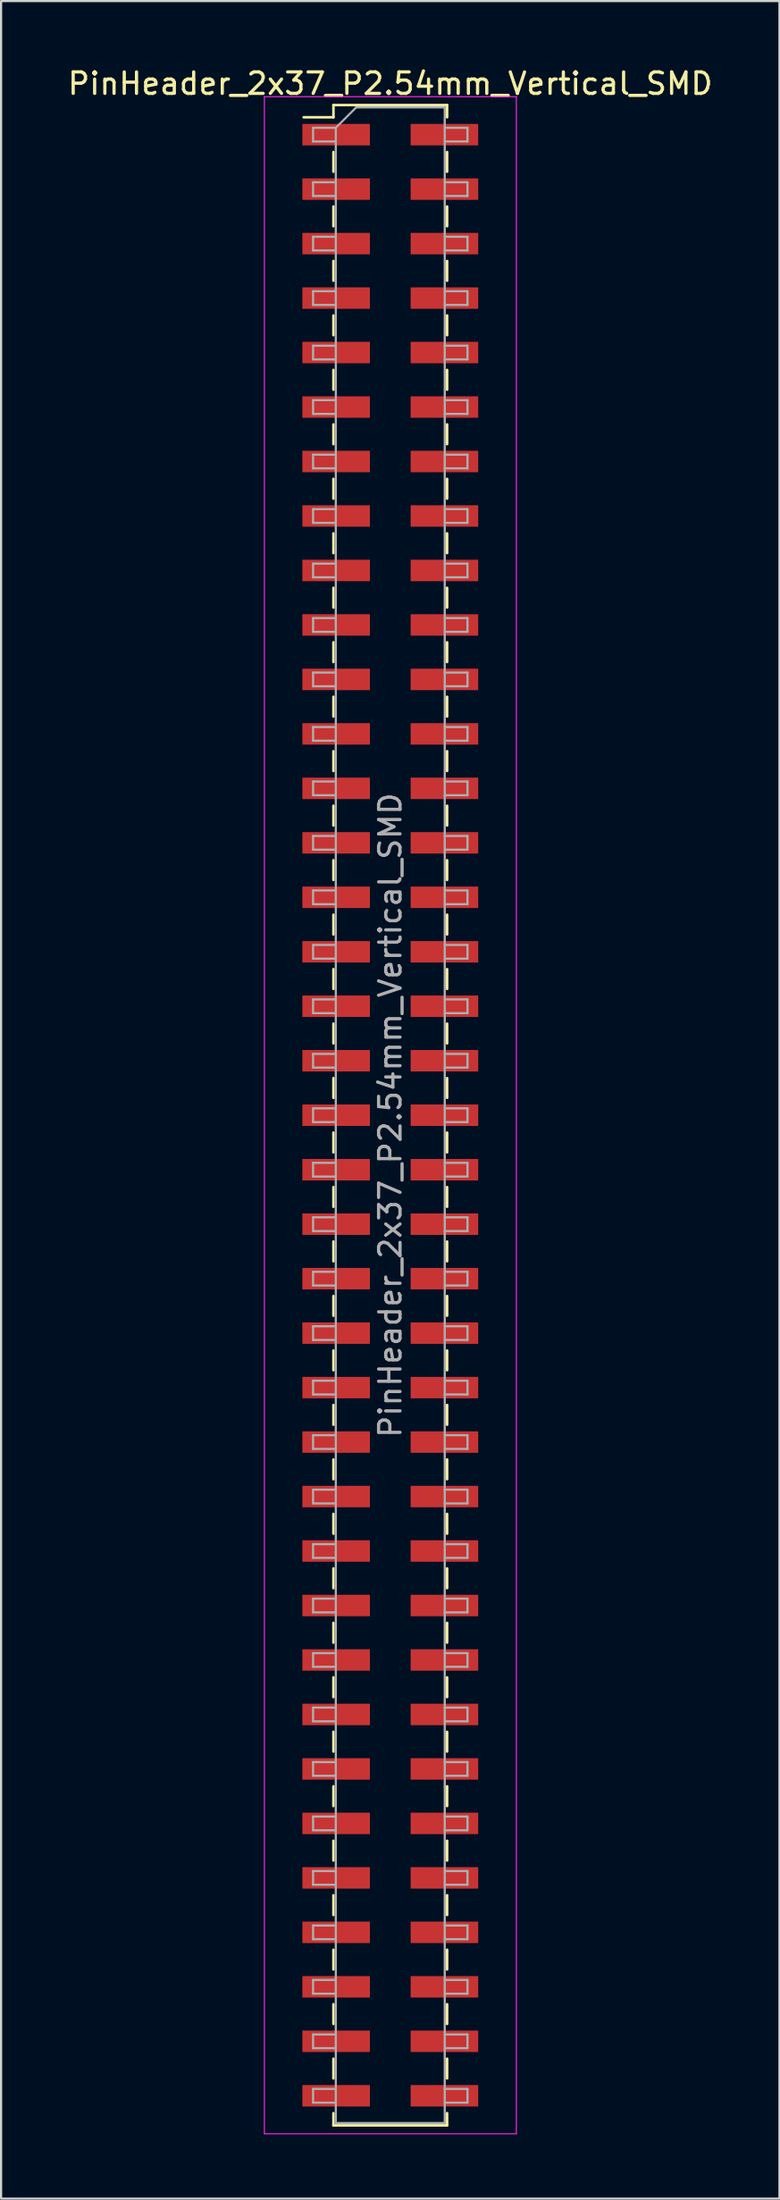
<source format=kicad_pcb>
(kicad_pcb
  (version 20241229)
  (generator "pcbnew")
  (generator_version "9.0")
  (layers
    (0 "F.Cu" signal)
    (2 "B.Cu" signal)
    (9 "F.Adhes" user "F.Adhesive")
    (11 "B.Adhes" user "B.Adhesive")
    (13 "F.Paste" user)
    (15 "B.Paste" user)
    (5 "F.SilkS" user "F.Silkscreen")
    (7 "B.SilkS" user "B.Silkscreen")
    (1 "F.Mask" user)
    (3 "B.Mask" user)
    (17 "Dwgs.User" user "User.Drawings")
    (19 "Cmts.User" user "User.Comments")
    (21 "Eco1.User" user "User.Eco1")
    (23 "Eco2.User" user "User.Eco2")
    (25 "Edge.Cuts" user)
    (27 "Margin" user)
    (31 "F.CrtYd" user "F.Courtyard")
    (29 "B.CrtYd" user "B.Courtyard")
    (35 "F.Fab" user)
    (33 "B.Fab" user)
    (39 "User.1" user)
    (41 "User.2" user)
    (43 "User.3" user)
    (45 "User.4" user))
  (footprint "PinHeader_2x37_P2.54mm_Vertical_SMD"
    (layer "F.Cu")
    (at 15.149 48.948)
    (property "Reference" "PinHeader_2x37_P2.54mm_Vertical_SMD" (at 0 -48.1 0) (layer "F.SilkS") (effects (font (size 1 1) (thickness 0.15))))
    (attr smd)
    (fp_line (start -4.04 -46.53) (end -2.65 -46.53) (stroke (width 0.12) (type solid)) (layer "F.SilkS"))
    (fp_line (start -2.65 -47.1) (end -2.65 -46.53) (stroke (width 0.12) (type solid)) (layer "F.SilkS"))
    (fp_line (start -2.65 -47.1) (end 2.65 -47.1) (stroke (width 0.12) (type solid)) (layer "F.SilkS"))
    (fp_line (start -2.65 -44.91) (end -2.65 -43.99) (stroke (width 0.12) (type solid)) (layer "F.SilkS"))
    (fp_line (start -2.65 -42.37) (end -2.65 -41.45) (stroke (width 0.12) (type solid)) (layer "F.SilkS"))
    (fp_line (start -2.65 -39.83) (end -2.65 -38.91) (stroke (width 0.12) (type solid)) (layer "F.SilkS"))
    (fp_line (start -2.65 -37.29) (end -2.65 -36.37) (stroke (width 0.12) (type solid)) (layer "F.SilkS"))
    (fp_line (start -2.65 -34.75) (end -2.65 -33.83) (stroke (width 0.12) (type solid)) (layer "F.SilkS"))
    (fp_line (start -2.65 -32.21) (end -2.65 -31.29) (stroke (width 0.12) (type solid)) (layer "F.SilkS"))
    (fp_line (start -2.65 -29.67) (end -2.65 -28.75) (stroke (width 0.12) (type solid)) (layer "F.SilkS"))
    (fp_line (start -2.65 -27.13) (end -2.65 -26.21) (stroke (width 0.12) (type solid)) (layer "F.SilkS"))
    (fp_line (start -2.65 -24.59) (end -2.65 -23.67) (stroke (width 0.12) (type solid)) (layer "F.SilkS"))
    (fp_line (start -2.65 -22.05) (end -2.65 -21.13) (stroke (width 0.12) (type solid)) (layer "F.SilkS"))
    (fp_line (start -2.65 -19.51) (end -2.65 -18.59) (stroke (width 0.12) (type solid)) (layer "F.SilkS"))
    (fp_line (start -2.65 -16.97) (end -2.65 -16.05) (stroke (width 0.12) (type solid)) (layer "F.SilkS"))
    (fp_line (start -2.65 -14.43) (end -2.65 -13.51) (stroke (width 0.12) (type solid)) (layer "F.SilkS"))
    (fp_line (start -2.65 -11.89) (end -2.65 -10.97) (stroke (width 0.12) (type solid)) (layer "F.SilkS"))
    (fp_line (start -2.65 -9.35) (end -2.65 -8.43) (stroke (width 0.12) (type solid)) (layer "F.SilkS"))
    (fp_line (start -2.65 -6.81) (end -2.65 -5.89) (stroke (width 0.12) (type solid)) (layer "F.SilkS"))
    (fp_line (start -2.65 -4.27) (end -2.65 -3.35) (stroke (width 0.12) (type solid)) (layer "F.SilkS"))
    (fp_line (start -2.65 -1.73) (end -2.65 -0.81) (stroke (width 0.12) (type solid)) (layer "F.SilkS"))
    (fp_line (start -2.65 0.81) (end -2.65 1.73) (stroke (width 0.12) (type solid)) (layer "F.SilkS"))
    (fp_line (start -2.65 3.35) (end -2.65 4.27) (stroke (width 0.12) (type solid)) (layer "F.SilkS"))
    (fp_line (start -2.65 5.89) (end -2.65 6.81) (stroke (width 0.12) (type solid)) (layer "F.SilkS"))
    (fp_line (start -2.65 8.43) (end -2.65 9.35) (stroke (width 0.12) (type solid)) (layer "F.SilkS"))
    (fp_line (start -2.65 10.97) (end -2.65 11.89) (stroke (width 0.12) (type solid)) (layer "F.SilkS"))
    (fp_line (start -2.65 13.51) (end -2.65 14.43) (stroke (width 0.12) (type solid)) (layer "F.SilkS"))
    (fp_line (start -2.65 16.05) (end -2.65 16.97) (stroke (width 0.12) (type solid)) (layer "F.SilkS"))
    (fp_line (start -2.65 18.59) (end -2.65 19.51) (stroke (width 0.12) (type solid)) (layer "F.SilkS"))
    (fp_line (start -2.65 21.13) (end -2.65 22.05) (stroke (width 0.12) (type solid)) (layer "F.SilkS"))
    (fp_line (start -2.65 23.67) (end -2.65 24.59) (stroke (width 0.12) (type solid)) (layer "F.SilkS"))
    (fp_line (start -2.65 26.21) (end -2.65 27.13) (stroke (width 0.12) (type solid)) (layer "F.SilkS"))
    (fp_line (start -2.65 28.75) (end -2.65 29.67) (stroke (width 0.12) (type solid)) (layer "F.SilkS"))
    (fp_line (start -2.65 31.29) (end -2.65 32.21) (stroke (width 0.12) (type solid)) (layer "F.SilkS"))
    (fp_line (start -2.65 33.83) (end -2.65 34.75) (stroke (width 0.12) (type solid)) (layer "F.SilkS"))
    (fp_line (start -2.65 36.37) (end -2.65 37.29) (stroke (width 0.12) (type solid)) (layer "F.SilkS"))
    (fp_line (start -2.65 38.91) (end -2.65 39.83) (stroke (width 0.12) (type solid)) (layer "F.SilkS"))
    (fp_line (start -2.65 41.45) (end -2.65 42.37) (stroke (width 0.12) (type solid)) (layer "F.SilkS"))
    (fp_line (start -2.65 43.99) (end -2.65 44.91) (stroke (width 0.12) (type solid)) (layer "F.SilkS"))
    (fp_line (start -2.65 46.53) (end -2.65 47.1) (stroke (width 0.12) (type solid)) (layer "F.SilkS"))
    (fp_line (start -2.65 47.1) (end 2.65 47.1) (stroke (width 0.12) (type solid)) (layer "F.SilkS"))
    (fp_line (start 2.65 -47.1) (end 2.65 -46.53) (stroke (width 0.12) (type solid)) (layer "F.SilkS"))
    (fp_line (start 2.65 -44.91) (end 2.65 -43.99) (stroke (width 0.12) (type solid)) (layer "F.SilkS"))
    (fp_line (start 2.65 -42.37) (end 2.65 -41.45) (stroke (width 0.12) (type solid)) (layer "F.SilkS"))
    (fp_line (start 2.65 -39.83) (end 2.65 -38.91) (stroke (width 0.12) (type solid)) (layer "F.SilkS"))
    (fp_line (start 2.65 -37.29) (end 2.65 -36.37) (stroke (width 0.12) (type solid)) (layer "F.SilkS"))
    (fp_line (start 2.65 -34.75) (end 2.65 -33.83) (stroke (width 0.12) (type solid)) (layer "F.SilkS"))
    (fp_line (start 2.65 -32.21) (end 2.65 -31.29) (stroke (width 0.12) (type solid)) (layer "F.SilkS"))
    (fp_line (start 2.65 -29.67) (end 2.65 -28.75) (stroke (width 0.12) (type solid)) (layer "F.SilkS"))
    (fp_line (start 2.65 -27.13) (end 2.65 -26.21) (stroke (width 0.12) (type solid)) (layer "F.SilkS"))
    (fp_line (start 2.65 -24.59) (end 2.65 -23.67) (stroke (width 0.12) (type solid)) (layer "F.SilkS"))
    (fp_line (start 2.65 -22.05) (end 2.65 -21.13) (stroke (width 0.12) (type solid)) (layer "F.SilkS"))
    (fp_line (start 2.65 -19.51) (end 2.65 -18.59) (stroke (width 0.12) (type solid)) (layer "F.SilkS"))
    (fp_line (start 2.65 -16.97) (end 2.65 -16.05) (stroke (width 0.12) (type solid)) (layer "F.SilkS"))
    (fp_line (start 2.65 -14.43) (end 2.65 -13.51) (stroke (width 0.12) (type solid)) (layer "F.SilkS"))
    (fp_line (start 2.65 -11.89) (end 2.65 -10.97) (stroke (width 0.12) (type solid)) (layer "F.SilkS"))
    (fp_line (start 2.65 -9.35) (end 2.65 -8.43) (stroke (width 0.12) (type solid)) (layer "F.SilkS"))
    (fp_line (start 2.65 -6.81) (end 2.65 -5.89) (stroke (width 0.12) (type solid)) (layer "F.SilkS"))
    (fp_line (start 2.65 -4.27) (end 2.65 -3.35) (stroke (width 0.12) (type solid)) (layer "F.SilkS"))
    (fp_line (start 2.65 -1.73) (end 2.65 -0.81) (stroke (width 0.12) (type solid)) (layer "F.SilkS"))
    (fp_line (start 2.65 0.81) (end 2.65 1.73) (stroke (width 0.12) (type solid)) (layer "F.SilkS"))
    (fp_line (start 2.65 3.35) (end 2.65 4.27) (stroke (width 0.12) (type solid)) (layer "F.SilkS"))
    (fp_line (start 2.65 5.89) (end 2.65 6.81) (stroke (width 0.12) (type solid)) (layer "F.SilkS"))
    (fp_line (start 2.65 8.43) (end 2.65 9.35) (stroke (width 0.12) (type solid)) (layer "F.SilkS"))
    (fp_line (start 2.65 10.97) (end 2.65 11.89) (stroke (width 0.12) (type solid)) (layer "F.SilkS"))
    (fp_line (start 2.65 13.51) (end 2.65 14.43) (stroke (width 0.12) (type solid)) (layer "F.SilkS"))
    (fp_line (start 2.65 16.05) (end 2.65 16.97) (stroke (width 0.12) (type solid)) (layer "F.SilkS"))
    (fp_line (start 2.65 18.59) (end 2.65 19.51) (stroke (width 0.12) (type solid)) (layer "F.SilkS"))
    (fp_line (start 2.65 21.13) (end 2.65 22.05) (stroke (width 0.12) (type solid)) (layer "F.SilkS"))
    (fp_line (start 2.65 23.67) (end 2.65 24.59) (stroke (width 0.12) (type solid)) (layer "F.SilkS"))
    (fp_line (start 2.65 26.21) (end 2.65 27.13) (stroke (width 0.12) (type solid)) (layer "F.SilkS"))
    (fp_line (start 2.65 28.75) (end 2.65 29.67) (stroke (width 0.12) (type solid)) (layer "F.SilkS"))
    (fp_line (start 2.65 31.29) (end 2.65 32.21) (stroke (width 0.12) (type solid)) (layer "F.SilkS"))
    (fp_line (start 2.65 33.83) (end 2.65 34.75) (stroke (width 0.12) (type solid)) (layer "F.SilkS"))
    (fp_line (start 2.65 36.37) (end 2.65 37.29) (stroke (width 0.12) (type solid)) (layer "F.SilkS"))
    (fp_line (start 2.65 38.91) (end 2.65 39.83) (stroke (width 0.12) (type solid)) (layer "F.SilkS"))
    (fp_line (start 2.65 41.45) (end 2.65 42.37) (stroke (width 0.12) (type solid)) (layer "F.SilkS"))
    (fp_line (start 2.65 43.99) (end 2.65 44.91) (stroke (width 0.12) (type solid)) (layer "F.SilkS"))
    (fp_line (start 2.65 46.53) (end 2.65 47.1) (stroke (width 0.12) (type solid)) (layer "F.SilkS"))
    (fp_line (start -5.87 -47.49) (end -5.87 47.49) (stroke (width 0.05) (type solid)) (layer "F.CrtYd"))
    (fp_line (start -5.87 47.49) (end 5.88 47.49) (stroke (width 0.05) (type solid)) (layer "F.CrtYd"))
    (fp_line (start 5.88 -47.49) (end -5.87 -47.49) (stroke (width 0.05) (type solid)) (layer "F.CrtYd"))
    (fp_line (start 5.88 47.49) (end 5.88 -47.49) (stroke (width 0.05) (type solid)) (layer "F.CrtYd"))
    (fp_line (start -3.6 -46.04) (end -3.6 -45.4) (stroke (width 0.1) (type solid)) (layer "F.Fab"))
    (fp_line (start -3.6 -45.4) (end -2.54 -45.4) (stroke (width 0.1) (type solid)) (layer "F.Fab"))
    (fp_line (start -3.6 -43.5) (end -3.6 -42.86) (stroke (width 0.1) (type solid)) (layer "F.Fab"))
    (fp_line (start -3.6 -42.86) (end -2.54 -42.86) (stroke (width 0.1) (type solid)) (layer "F.Fab"))
    (fp_line (start -3.6 -40.96) (end -3.6 -40.32) (stroke (width 0.1) (type solid)) (layer "F.Fab"))
    (fp_line (start -3.6 -40.32) (end -2.54 -40.32) (stroke (width 0.1) (type solid)) (layer "F.Fab"))
    (fp_line (start -3.6 -38.42) (end -3.6 -37.78) (stroke (width 0.1) (type solid)) (layer "F.Fab"))
    (fp_line (start -3.6 -37.78) (end -2.54 -37.78) (stroke (width 0.1) (type solid)) (layer "F.Fab"))
    (fp_line (start -3.6 -35.88) (end -3.6 -35.24) (stroke (width 0.1) (type solid)) (layer "F.Fab"))
    (fp_line (start -3.6 -35.24) (end -2.54 -35.24) (stroke (width 0.1) (type solid)) (layer "F.Fab"))
    (fp_line (start -3.6 -33.34) (end -3.6 -32.7) (stroke (width 0.1) (type solid)) (layer "F.Fab"))
    (fp_line (start -3.6 -32.7) (end -2.54 -32.7) (stroke (width 0.1) (type solid)) (layer "F.Fab"))
    (fp_line (start -3.6 -30.8) (end -3.6 -30.16) (stroke (width 0.1) (type solid)) (layer "F.Fab"))
    (fp_line (start -3.6 -30.16) (end -2.54 -30.16) (stroke (width 0.1) (type solid)) (layer "F.Fab"))
    (fp_line (start -3.6 -28.26) (end -3.6 -27.62) (stroke (width 0.1) (type solid)) (layer "F.Fab"))
    (fp_line (start -3.6 -27.62) (end -2.54 -27.62) (stroke (width 0.1) (type solid)) (layer "F.Fab"))
    (fp_line (start -3.6 -25.72) (end -3.6 -25.08) (stroke (width 0.1) (type solid)) (layer "F.Fab"))
    (fp_line (start -3.6 -25.08) (end -2.54 -25.08) (stroke (width 0.1) (type solid)) (layer "F.Fab"))
    (fp_line (start -3.6 -23.18) (end -3.6 -22.54) (stroke (width 0.1) (type solid)) (layer "F.Fab"))
    (fp_line (start -3.6 -22.54) (end -2.54 -22.54) (stroke (width 0.1) (type solid)) (layer "F.Fab"))
    (fp_line (start -3.6 -20.64) (end -3.6 -20) (stroke (width 0.1) (type solid)) (layer "F.Fab"))
    (fp_line (start -3.6 -20) (end -2.54 -20) (stroke (width 0.1) (type solid)) (layer "F.Fab"))
    (fp_line (start -3.6 -18.1) (end -3.6 -17.46) (stroke (width 0.1) (type solid)) (layer "F.Fab"))
    (fp_line (start -3.6 -17.46) (end -2.54 -17.46) (stroke (width 0.1) (type solid)) (layer "F.Fab"))
    (fp_line (start -3.6 -15.56) (end -3.6 -14.92) (stroke (width 0.1) (type solid)) (layer "F.Fab"))
    (fp_line (start -3.6 -14.92) (end -2.54 -14.92) (stroke (width 0.1) (type solid)) (layer "F.Fab"))
    (fp_line (start -3.6 -13.02) (end -3.6 -12.38) (stroke (width 0.1) (type solid)) (layer "F.Fab"))
    (fp_line (start -3.6 -12.38) (end -2.54 -12.38) (stroke (width 0.1) (type solid)) (layer "F.Fab"))
    (fp_line (start -3.6 -10.48) (end -3.6 -9.84) (stroke (width 0.1) (type solid)) (layer "F.Fab"))
    (fp_line (start -3.6 -9.84) (end -2.54 -9.84) (stroke (width 0.1) (type solid)) (layer "F.Fab"))
    (fp_line (start -3.6 -7.94) (end -3.6 -7.3) (stroke (width 0.1) (type solid)) (layer "F.Fab"))
    (fp_line (start -3.6 -7.3) (end -2.54 -7.3) (stroke (width 0.1) (type solid)) (layer "F.Fab"))
    (fp_line (start -3.6 -5.4) (end -3.6 -4.76) (stroke (width 0.1) (type solid)) (layer "F.Fab"))
    (fp_line (start -3.6 -4.76) (end -2.54 -4.76) (stroke (width 0.1) (type solid)) (layer "F.Fab"))
    (fp_line (start -3.6 -2.86) (end -3.6 -2.22) (stroke (width 0.1) (type solid)) (layer "F.Fab"))
    (fp_line (start -3.6 -2.22) (end -2.54 -2.22) (stroke (width 0.1) (type solid)) (layer "F.Fab"))
    (fp_line (start -3.6 -0.32) (end -3.6 0.32) (stroke (width 0.1) (type solid)) (layer "F.Fab"))
    (fp_line (start -3.6 0.32) (end -2.54 0.32) (stroke (width 0.1) (type solid)) (layer "F.Fab"))
    (fp_line (start -3.6 2.22) (end -3.6 2.86) (stroke (width 0.1) (type solid)) (layer "F.Fab"))
    (fp_line (start -3.6 2.86) (end -2.54 2.86) (stroke (width 0.1) (type solid)) (layer "F.Fab"))
    (fp_line (start -3.6 4.76) (end -3.6 5.4) (stroke (width 0.1) (type solid)) (layer "F.Fab"))
    (fp_line (start -3.6 5.4) (end -2.54 5.4) (stroke (width 0.1) (type solid)) (layer "F.Fab"))
    (fp_line (start -3.6 7.3) (end -3.6 7.94) (stroke (width 0.1) (type solid)) (layer "F.Fab"))
    (fp_line (start -3.6 7.94) (end -2.54 7.94) (stroke (width 0.1) (type solid)) (layer "F.Fab"))
    (fp_line (start -3.6 9.84) (end -3.6 10.48) (stroke (width 0.1) (type solid)) (layer "F.Fab"))
    (fp_line (start -3.6 10.48) (end -2.54 10.48) (stroke (width 0.1) (type solid)) (layer "F.Fab"))
    (fp_line (start -3.6 12.38) (end -3.6 13.02) (stroke (width 0.1) (type solid)) (layer "F.Fab"))
    (fp_line (start -3.6 13.02) (end -2.54 13.02) (stroke (width 0.1) (type solid)) (layer "F.Fab"))
    (fp_line (start -3.6 14.92) (end -3.6 15.56) (stroke (width 0.1) (type solid)) (layer "F.Fab"))
    (fp_line (start -3.6 15.56) (end -2.54 15.56) (stroke (width 0.1) (type solid)) (layer "F.Fab"))
    (fp_line (start -3.6 17.46) (end -3.6 18.1) (stroke (width 0.1) (type solid)) (layer "F.Fab"))
    (fp_line (start -3.6 18.1) (end -2.54 18.1) (stroke (width 0.1) (type solid)) (layer "F.Fab"))
    (fp_line (start -3.6 20) (end -3.6 20.64) (stroke (width 0.1) (type solid)) (layer "F.Fab"))
    (fp_line (start -3.6 20.64) (end -2.54 20.64) (stroke (width 0.1) (type solid)) (layer "F.Fab"))
    (fp_line (start -3.6 22.54) (end -3.6 23.18) (stroke (width 0.1) (type solid)) (layer "F.Fab"))
    (fp_line (start -3.6 23.18) (end -2.54 23.18) (stroke (width 0.1) (type solid)) (layer "F.Fab"))
    (fp_line (start -3.6 25.08) (end -3.6 25.72) (stroke (width 0.1) (type solid)) (layer "F.Fab"))
    (fp_line (start -3.6 25.72) (end -2.54 25.72) (stroke (width 0.1) (type solid)) (layer "F.Fab"))
    (fp_line (start -3.6 27.62) (end -3.6 28.26) (stroke (width 0.1) (type solid)) (layer "F.Fab"))
    (fp_line (start -3.6 28.26) (end -2.54 28.26) (stroke (width 0.1) (type solid)) (layer "F.Fab"))
    (fp_line (start -3.6 30.16) (end -3.6 30.8) (stroke (width 0.1) (type solid)) (layer "F.Fab"))
    (fp_line (start -3.6 30.8) (end -2.54 30.8) (stroke (width 0.1) (type solid)) (layer "F.Fab"))
    (fp_line (start -3.6 32.7) (end -3.6 33.34) (stroke (width 0.1) (type solid)) (layer "F.Fab"))
    (fp_line (start -3.6 33.34) (end -2.54 33.34) (stroke (width 0.1) (type solid)) (layer "F.Fab"))
    (fp_line (start -3.6 35.24) (end -3.6 35.88) (stroke (width 0.1) (type solid)) (layer "F.Fab"))
    (fp_line (start -3.6 35.88) (end -2.54 35.88) (stroke (width 0.1) (type solid)) (layer "F.Fab"))
    (fp_line (start -3.6 37.78) (end -3.6 38.42) (stroke (width 0.1) (type solid)) (layer "F.Fab"))
    (fp_line (start -3.6 38.42) (end -2.54 38.42) (stroke (width 0.1) (type solid)) (layer "F.Fab"))
    (fp_line (start -3.6 40.32) (end -3.6 40.96) (stroke (width 0.1) (type solid)) (layer "F.Fab"))
    (fp_line (start -3.6 40.96) (end -2.54 40.96) (stroke (width 0.1) (type solid)) (layer "F.Fab"))
    (fp_line (start -3.6 42.86) (end -3.6 43.5) (stroke (width 0.1) (type solid)) (layer "F.Fab"))
    (fp_line (start -3.6 43.5) (end -2.54 43.5) (stroke (width 0.1) (type solid)) (layer "F.Fab"))
    (fp_line (start -3.6 45.4) (end -3.6 46.04) (stroke (width 0.1) (type solid)) (layer "F.Fab"))
    (fp_line (start -3.6 46.04) (end -2.54 46.04) (stroke (width 0.1) (type solid)) (layer "F.Fab"))
    (fp_line (start -2.54 -46.04) (end -3.6 -46.04) (stroke (width 0.1) (type solid)) (layer "F.Fab"))
    (fp_line (start -2.54 -46.04) (end -1.59 -46.99) (stroke (width 0.1) (type solid)) (layer "F.Fab"))
    (fp_line (start -2.54 -43.5) (end -3.6 -43.5) (stroke (width 0.1) (type solid)) (layer "F.Fab"))
    (fp_line (start -2.54 -40.96) (end -3.6 -40.96) (stroke (width 0.1) (type solid)) (layer "F.Fab"))
    (fp_line (start -2.54 -38.42) (end -3.6 -38.42) (stroke (width 0.1) (type solid)) (layer "F.Fab"))
    (fp_line (start -2.54 -35.88) (end -3.6 -35.88) (stroke (width 0.1) (type solid)) (layer "F.Fab"))
    (fp_line (start -2.54 -33.34) (end -3.6 -33.34) (stroke (width 0.1) (type solid)) (layer "F.Fab"))
    (fp_line (start -2.54 -30.8) (end -3.6 -30.8) (stroke (width 0.1) (type solid)) (layer "F.Fab"))
    (fp_line (start -2.54 -28.26) (end -3.6 -28.26) (stroke (width 0.1) (type solid)) (layer "F.Fab"))
    (fp_line (start -2.54 -25.72) (end -3.6 -25.72) (stroke (width 0.1) (type solid)) (layer "F.Fab"))
    (fp_line (start -2.54 -23.18) (end -3.6 -23.18) (stroke (width 0.1) (type solid)) (layer "F.Fab"))
    (fp_line (start -2.54 -20.64) (end -3.6 -20.64) (stroke (width 0.1) (type solid)) (layer "F.Fab"))
    (fp_line (start -2.54 -18.1) (end -3.6 -18.1) (stroke (width 0.1) (type solid)) (layer "F.Fab"))
    (fp_line (start -2.54 -15.56) (end -3.6 -15.56) (stroke (width 0.1) (type solid)) (layer "F.Fab"))
    (fp_line (start -2.54 -13.02) (end -3.6 -13.02) (stroke (width 0.1) (type solid)) (layer "F.Fab"))
    (fp_line (start -2.54 -10.48) (end -3.6 -10.48) (stroke (width 0.1) (type solid)) (layer "F.Fab"))
    (fp_line (start -2.54 -7.94) (end -3.6 -7.94) (stroke (width 0.1) (type solid)) (layer "F.Fab"))
    (fp_line (start -2.54 -5.4) (end -3.6 -5.4) (stroke (width 0.1) (type solid)) (layer "F.Fab"))
    (fp_line (start -2.54 -2.86) (end -3.6 -2.86) (stroke (width 0.1) (type solid)) (layer "F.Fab"))
    (fp_line (start -2.54 -0.32) (end -3.6 -0.32) (stroke (width 0.1) (type solid)) (layer "F.Fab"))
    (fp_line (start -2.54 2.22) (end -3.6 2.22) (stroke (width 0.1) (type solid)) (layer "F.Fab"))
    (fp_line (start -2.54 4.76) (end -3.6 4.76) (stroke (width 0.1) (type solid)) (layer "F.Fab"))
    (fp_line (start -2.54 7.3) (end -3.6 7.3) (stroke (width 0.1) (type solid)) (layer "F.Fab"))
    (fp_line (start -2.54 9.84) (end -3.6 9.84) (stroke (width 0.1) (type solid)) (layer "F.Fab"))
    (fp_line (start -2.54 12.38) (end -3.6 12.38) (stroke (width 0.1) (type solid)) (layer "F.Fab"))
    (fp_line (start -2.54 14.92) (end -3.6 14.92) (stroke (width 0.1) (type solid)) (layer "F.Fab"))
    (fp_line (start -2.54 17.46) (end -3.6 17.46) (stroke (width 0.1) (type solid)) (layer "F.Fab"))
    (fp_line (start -2.54 20) (end -3.6 20) (stroke (width 0.1) (type solid)) (layer "F.Fab"))
    (fp_line (start -2.54 22.54) (end -3.6 22.54) (stroke (width 0.1) (type solid)) (layer "F.Fab"))
    (fp_line (start -2.54 25.08) (end -3.6 25.08) (stroke (width 0.1) (type solid)) (layer "F.Fab"))
    (fp_line (start -2.54 27.62) (end -3.6 27.62) (stroke (width 0.1) (type solid)) (layer "F.Fab"))
    (fp_line (start -2.54 30.16) (end -3.6 30.16) (stroke (width 0.1) (type solid)) (layer "F.Fab"))
    (fp_line (start -2.54 32.7) (end -3.6 32.7) (stroke (width 0.1) (type solid)) (layer "F.Fab"))
    (fp_line (start -2.54 35.24) (end -3.6 35.24) (stroke (width 0.1) (type solid)) (layer "F.Fab"))
    (fp_line (start -2.54 37.78) (end -3.6 37.78) (stroke (width 0.1) (type solid)) (layer "F.Fab"))
    (fp_line (start -2.54 40.32) (end -3.6 40.32) (stroke (width 0.1) (type solid)) (layer "F.Fab"))
    (fp_line (start -2.54 42.86) (end -3.6 42.86) (stroke (width 0.1) (type solid)) (layer "F.Fab"))
    (fp_line (start -2.54 45.4) (end -3.6 45.4) (stroke (width 0.1) (type solid)) (layer "F.Fab"))
    (fp_line (start -2.54 46.99) (end -2.54 -46.04) (stroke (width 0.1) (type solid)) (layer "F.Fab"))
    (fp_line (start -1.59 -46.99) (end 2.54 -46.99) (stroke (width 0.1) (type solid)) (layer "F.Fab"))
    (fp_line (start 2.54 -46.99) (end 2.54 46.99) (stroke (width 0.1) (type solid)) (layer "F.Fab"))
    (fp_line (start 2.54 -46.04) (end 3.6 -46.04) (stroke (width 0.1) (type solid)) (layer "F.Fab"))
    (fp_line (start 2.54 -43.5) (end 3.6 -43.5) (stroke (width 0.1) (type solid)) (layer "F.Fab"))
    (fp_line (start 2.54 -40.96) (end 3.6 -40.96) (stroke (width 0.1) (type solid)) (layer "F.Fab"))
    (fp_line (start 2.54 -38.42) (end 3.6 -38.42) (stroke (width 0.1) (type solid)) (layer "F.Fab"))
    (fp_line (start 2.54 -35.88) (end 3.6 -35.88) (stroke (width 0.1) (type solid)) (layer "F.Fab"))
    (fp_line (start 2.54 -33.34) (end 3.6 -33.34) (stroke (width 0.1) (type solid)) (layer "F.Fab"))
    (fp_line (start 2.54 -30.8) (end 3.6 -30.8) (stroke (width 0.1) (type solid)) (layer "F.Fab"))
    (fp_line (start 2.54 -28.26) (end 3.6 -28.26) (stroke (width 0.1) (type solid)) (layer "F.Fab"))
    (fp_line (start 2.54 -25.72) (end 3.6 -25.72) (stroke (width 0.1) (type solid)) (layer "F.Fab"))
    (fp_line (start 2.54 -23.18) (end 3.6 -23.18) (stroke (width 0.1) (type solid)) (layer "F.Fab"))
    (fp_line (start 2.54 -20.64) (end 3.6 -20.64) (stroke (width 0.1) (type solid)) (layer "F.Fab"))
    (fp_line (start 2.54 -18.1) (end 3.6 -18.1) (stroke (width 0.1) (type solid)) (layer "F.Fab"))
    (fp_line (start 2.54 -15.56) (end 3.6 -15.56) (stroke (width 0.1) (type solid)) (layer "F.Fab"))
    (fp_line (start 2.54 -13.02) (end 3.6 -13.02) (stroke (width 0.1) (type solid)) (layer "F.Fab"))
    (fp_line (start 2.54 -10.48) (end 3.6 -10.48) (stroke (width 0.1) (type solid)) (layer "F.Fab"))
    (fp_line (start 2.54 -7.94) (end 3.6 -7.94) (stroke (width 0.1) (type solid)) (layer "F.Fab"))
    (fp_line (start 2.54 -5.4) (end 3.6 -5.4) (stroke (width 0.1) (type solid)) (layer "F.Fab"))
    (fp_line (start 2.54 -2.86) (end 3.6 -2.86) (stroke (width 0.1) (type solid)) (layer "F.Fab"))
    (fp_line (start 2.54 -0.32) (end 3.6 -0.32) (stroke (width 0.1) (type solid)) (layer "F.Fab"))
    (fp_line (start 2.54 2.22) (end 3.6 2.22) (stroke (width 0.1) (type solid)) (layer "F.Fab"))
    (fp_line (start 2.54 4.76) (end 3.6 4.76) (stroke (width 0.1) (type solid)) (layer "F.Fab"))
    (fp_line (start 2.54 7.3) (end 3.6 7.3) (stroke (width 0.1) (type solid)) (layer "F.Fab"))
    (fp_line (start 2.54 9.84) (end 3.6 9.84) (stroke (width 0.1) (type solid)) (layer "F.Fab"))
    (fp_line (start 2.54 12.38) (end 3.6 12.38) (stroke (width 0.1) (type solid)) (layer "F.Fab"))
    (fp_line (start 2.54 14.92) (end 3.6 14.92) (stroke (width 0.1) (type solid)) (layer "F.Fab"))
    (fp_line (start 2.54 17.46) (end 3.6 17.46) (stroke (width 0.1) (type solid)) (layer "F.Fab"))
    (fp_line (start 2.54 20) (end 3.6 20) (stroke (width 0.1) (type solid)) (layer "F.Fab"))
    (fp_line (start 2.54 22.54) (end 3.6 22.54) (stroke (width 0.1) (type solid)) (layer "F.Fab"))
    (fp_line (start 2.54 25.08) (end 3.6 25.08) (stroke (width 0.1) (type solid)) (layer "F.Fab"))
    (fp_line (start 2.54 27.62) (end 3.6 27.62) (stroke (width 0.1) (type solid)) (layer "F.Fab"))
    (fp_line (start 2.54 30.16) (end 3.6 30.16) (stroke (width 0.1) (type solid)) (layer "F.Fab"))
    (fp_line (start 2.54 32.7) (end 3.6 32.7) (stroke (width 0.1) (type solid)) (layer "F.Fab"))
    (fp_line (start 2.54 35.24) (end 3.6 35.24) (stroke (width 0.1) (type solid)) (layer "F.Fab"))
    (fp_line (start 2.54 37.78) (end 3.6 37.78) (stroke (width 0.1) (type solid)) (layer "F.Fab"))
    (fp_line (start 2.54 40.32) (end 3.6 40.32) (stroke (width 0.1) (type solid)) (layer "F.Fab"))
    (fp_line (start 2.54 42.86) (end 3.6 42.86) (stroke (width 0.1) (type solid)) (layer "F.Fab"))
    (fp_line (start 2.54 45.4) (end 3.6 45.4) (stroke (width 0.1) (type solid)) (layer "F.Fab"))
    (fp_line (start 2.54 46.99) (end -2.54 46.99) (stroke (width 0.1) (type solid)) (layer "F.Fab"))
    (fp_line (start 3.6 -46.04) (end 3.6 -45.4) (stroke (width 0.1) (type solid)) (layer "F.Fab"))
    (fp_line (start 3.6 -45.4) (end 2.54 -45.4) (stroke (width 0.1) (type solid)) (layer "F.Fab"))
    (fp_line (start 3.6 -43.5) (end 3.6 -42.86) (stroke (width 0.1) (type solid)) (layer "F.Fab"))
    (fp_line (start 3.6 -42.86) (end 2.54 -42.86) (stroke (width 0.1) (type solid)) (layer "F.Fab"))
    (fp_line (start 3.6 -40.96) (end 3.6 -40.32) (stroke (width 0.1) (type solid)) (layer "F.Fab"))
    (fp_line (start 3.6 -40.32) (end 2.54 -40.32) (stroke (width 0.1) (type solid)) (layer "F.Fab"))
    (fp_line (start 3.6 -38.42) (end 3.6 -37.78) (stroke (width 0.1) (type solid)) (layer "F.Fab"))
    (fp_line (start 3.6 -37.78) (end 2.54 -37.78) (stroke (width 0.1) (type solid)) (layer "F.Fab"))
    (fp_line (start 3.6 -35.88) (end 3.6 -35.24) (stroke (width 0.1) (type solid)) (layer "F.Fab"))
    (fp_line (start 3.6 -35.24) (end 2.54 -35.24) (stroke (width 0.1) (type solid)) (layer "F.Fab"))
    (fp_line (start 3.6 -33.34) (end 3.6 -32.7) (stroke (width 0.1) (type solid)) (layer "F.Fab"))
    (fp_line (start 3.6 -32.7) (end 2.54 -32.7) (stroke (width 0.1) (type solid)) (layer "F.Fab"))
    (fp_line (start 3.6 -30.8) (end 3.6 -30.16) (stroke (width 0.1) (type solid)) (layer "F.Fab"))
    (fp_line (start 3.6 -30.16) (end 2.54 -30.16) (stroke (width 0.1) (type solid)) (layer "F.Fab"))
    (fp_line (start 3.6 -28.26) (end 3.6 -27.62) (stroke (width 0.1) (type solid)) (layer "F.Fab"))
    (fp_line (start 3.6 -27.62) (end 2.54 -27.62) (stroke (width 0.1) (type solid)) (layer "F.Fab"))
    (fp_line (start 3.6 -25.72) (end 3.6 -25.08) (stroke (width 0.1) (type solid)) (layer "F.Fab"))
    (fp_line (start 3.6 -25.08) (end 2.54 -25.08) (stroke (width 0.1) (type solid)) (layer "F.Fab"))
    (fp_line (start 3.6 -23.18) (end 3.6 -22.54) (stroke (width 0.1) (type solid)) (layer "F.Fab"))
    (fp_line (start 3.6 -22.54) (end 2.54 -22.54) (stroke (width 0.1) (type solid)) (layer "F.Fab"))
    (fp_line (start 3.6 -20.64) (end 3.6 -20) (stroke (width 0.1) (type solid)) (layer "F.Fab"))
    (fp_line (start 3.6 -20) (end 2.54 -20) (stroke (width 0.1) (type solid)) (layer "F.Fab"))
    (fp_line (start 3.6 -18.1) (end 3.6 -17.46) (stroke (width 0.1) (type solid)) (layer "F.Fab"))
    (fp_line (start 3.6 -17.46) (end 2.54 -17.46) (stroke (width 0.1) (type solid)) (layer "F.Fab"))
    (fp_line (start 3.6 -15.56) (end 3.6 -14.92) (stroke (width 0.1) (type solid)) (layer "F.Fab"))
    (fp_line (start 3.6 -14.92) (end 2.54 -14.92) (stroke (width 0.1) (type solid)) (layer "F.Fab"))
    (fp_line (start 3.6 -13.02) (end 3.6 -12.38) (stroke (width 0.1) (type solid)) (layer "F.Fab"))
    (fp_line (start 3.6 -12.38) (end 2.54 -12.38) (stroke (width 0.1) (type solid)) (layer "F.Fab"))
    (fp_line (start 3.6 -10.48) (end 3.6 -9.84) (stroke (width 0.1) (type solid)) (layer "F.Fab"))
    (fp_line (start 3.6 -9.84) (end 2.54 -9.84) (stroke (width 0.1) (type solid)) (layer "F.Fab"))
    (fp_line (start 3.6 -7.94) (end 3.6 -7.3) (stroke (width 0.1) (type solid)) (layer "F.Fab"))
    (fp_line (start 3.6 -7.3) (end 2.54 -7.3) (stroke (width 0.1) (type solid)) (layer "F.Fab"))
    (fp_line (start 3.6 -5.4) (end 3.6 -4.76) (stroke (width 0.1) (type solid)) (layer "F.Fab"))
    (fp_line (start 3.6 -4.76) (end 2.54 -4.76) (stroke (width 0.1) (type solid)) (layer "F.Fab"))
    (fp_line (start 3.6 -2.86) (end 3.6 -2.22) (stroke (width 0.1) (type solid)) (layer "F.Fab"))
    (fp_line (start 3.6 -2.22) (end 2.54 -2.22) (stroke (width 0.1) (type solid)) (layer "F.Fab"))
    (fp_line (start 3.6 -0.32) (end 3.6 0.32) (stroke (width 0.1) (type solid)) (layer "F.Fab"))
    (fp_line (start 3.6 0.32) (end 2.54 0.32) (stroke (width 0.1) (type solid)) (layer "F.Fab"))
    (fp_line (start 3.6 2.22) (end 3.6 2.86) (stroke (width 0.1) (type solid)) (layer "F.Fab"))
    (fp_line (start 3.6 2.86) (end 2.54 2.86) (stroke (width 0.1) (type solid)) (layer "F.Fab"))
    (fp_line (start 3.6 4.76) (end 3.6 5.4) (stroke (width 0.1) (type solid)) (layer "F.Fab"))
    (fp_line (start 3.6 5.4) (end 2.54 5.4) (stroke (width 0.1) (type solid)) (layer "F.Fab"))
    (fp_line (start 3.6 7.3) (end 3.6 7.94) (stroke (width 0.1) (type solid)) (layer "F.Fab"))
    (fp_line (start 3.6 7.94) (end 2.54 7.94) (stroke (width 0.1) (type solid)) (layer "F.Fab"))
    (fp_line (start 3.6 9.84) (end 3.6 10.48) (stroke (width 0.1) (type solid)) (layer "F.Fab"))
    (fp_line (start 3.6 10.48) (end 2.54 10.48) (stroke (width 0.1) (type solid)) (layer "F.Fab"))
    (fp_line (start 3.6 12.38) (end 3.6 13.02) (stroke (width 0.1) (type solid)) (layer "F.Fab"))
    (fp_line (start 3.6 13.02) (end 2.54 13.02) (stroke (width 0.1) (type solid)) (layer "F.Fab"))
    (fp_line (start 3.6 14.92) (end 3.6 15.56) (stroke (width 0.1) (type solid)) (layer "F.Fab"))
    (fp_line (start 3.6 15.56) (end 2.54 15.56) (stroke (width 0.1) (type solid)) (layer "F.Fab"))
    (fp_line (start 3.6 17.46) (end 3.6 18.1) (stroke (width 0.1) (type solid)) (layer "F.Fab"))
    (fp_line (start 3.6 18.1) (end 2.54 18.1) (stroke (width 0.1) (type solid)) (layer "F.Fab"))
    (fp_line (start 3.6 20) (end 3.6 20.64) (stroke (width 0.1) (type solid)) (layer "F.Fab"))
    (fp_line (start 3.6 20.64) (end 2.54 20.64) (stroke (width 0.1) (type solid)) (layer "F.Fab"))
    (fp_line (start 3.6 22.54) (end 3.6 23.18) (stroke (width 0.1) (type solid)) (layer "F.Fab"))
    (fp_line (start 3.6 23.18) (end 2.54 23.18) (stroke (width 0.1) (type solid)) (layer "F.Fab"))
    (fp_line (start 3.6 25.08) (end 3.6 25.72) (stroke (width 0.1) (type solid)) (layer "F.Fab"))
    (fp_line (start 3.6 25.72) (end 2.54 25.72) (stroke (width 0.1) (type solid)) (layer "F.Fab"))
    (fp_line (start 3.6 27.62) (end 3.6 28.26) (stroke (width 0.1) (type solid)) (layer "F.Fab"))
    (fp_line (start 3.6 28.26) (end 2.54 28.26) (stroke (width 0.1) (type solid)) (layer "F.Fab"))
    (fp_line (start 3.6 30.16) (end 3.6 30.8) (stroke (width 0.1) (type solid)) (layer "F.Fab"))
    (fp_line (start 3.6 30.8) (end 2.54 30.8) (stroke (width 0.1) (type solid)) (layer "F.Fab"))
    (fp_line (start 3.6 32.7) (end 3.6 33.34) (stroke (width 0.1) (type solid)) (layer "F.Fab"))
    (fp_line (start 3.6 33.34) (end 2.54 33.34) (stroke (width 0.1) (type solid)) (layer "F.Fab"))
    (fp_line (start 3.6 35.24) (end 3.6 35.88) (stroke (width 0.1) (type solid)) (layer "F.Fab"))
    (fp_line (start 3.6 35.88) (end 2.54 35.88) (stroke (width 0.1) (type solid)) (layer "F.Fab"))
    (fp_line (start 3.6 37.78) (end 3.6 38.42) (stroke (width 0.1) (type solid)) (layer "F.Fab"))
    (fp_line (start 3.6 38.42) (end 2.54 38.42) (stroke (width 0.1) (type solid)) (layer "F.Fab"))
    (fp_line (start 3.6 40.32) (end 3.6 40.96) (stroke (width 0.1) (type solid)) (layer "F.Fab"))
    (fp_line (start 3.6 40.96) (end 2.54 40.96) (stroke (width 0.1) (type solid)) (layer "F.Fab"))
    (fp_line (start 3.6 42.86) (end 3.6 43.5) (stroke (width 0.1) (type solid)) (layer "F.Fab"))
    (fp_line (start 3.6 43.5) (end 2.54 43.5) (stroke (width 0.1) (type solid)) (layer "F.Fab"))
    (fp_line (start 3.6 45.4) (end 3.6 46.04) (stroke (width 0.1) (type solid)) (layer "F.Fab"))
    (fp_line (start 3.6 46.04) (end 2.54 46.04) (stroke (width 0.1) (type solid)) (layer "F.Fab"))
    (fp_text user "${REFERENCE}" (at 0 0 90) (layer "F.Fab") (effects (font (size 1 1) (thickness 0.15))))
    (pad "1" smd rect (at -2.525 -45.72) (size 3.15 1) (layers "F.Cu" "F.Mask" "F.Paste"))
    (pad "2" smd rect (at 2.525 -45.72) (size 3.15 1) (layers "F.Cu" "F.Mask" "F.Paste"))
    (pad "3" smd rect (at -2.525 -43.18) (size 3.15 1) (layers "F.Cu" "F.Mask" "F.Paste"))
    (pad "4" smd rect (at 2.525 -43.18) (size 3.15 1) (layers "F.Cu" "F.Mask" "F.Paste"))
    (pad "5" smd rect (at -2.525 -40.64) (size 3.15 1) (layers "F.Cu" "F.Mask" "F.Paste"))
    (pad "6" smd rect (at 2.525 -40.64) (size 3.15 1) (layers "F.Cu" "F.Mask" "F.Paste"))
    (pad "7" smd rect (at -2.525 -38.1) (size 3.15 1) (layers "F.Cu" "F.Mask" "F.Paste"))
    (pad "8" smd rect (at 2.525 -38.1) (size 3.15 1) (layers "F.Cu" "F.Mask" "F.Paste"))
    (pad "9" smd rect (at -2.525 -35.56) (size 3.15 1) (layers "F.Cu" "F.Mask" "F.Paste"))
    (pad "10" smd rect (at 2.525 -35.56) (size 3.15 1) (layers "F.Cu" "F.Mask" "F.Paste"))
    (pad "11" smd rect (at -2.525 -33.02) (size 3.15 1) (layers "F.Cu" "F.Mask" "F.Paste"))
    (pad "12" smd rect (at 2.525 -33.02) (size 3.15 1) (layers "F.Cu" "F.Mask" "F.Paste"))
    (pad "13" smd rect (at -2.525 -30.48) (size 3.15 1) (layers "F.Cu" "F.Mask" "F.Paste"))
    (pad "14" smd rect (at 2.525 -30.48) (size 3.15 1) (layers "F.Cu" "F.Mask" "F.Paste"))
    (pad "15" smd rect (at -2.525 -27.94) (size 3.15 1) (layers "F.Cu" "F.Mask" "F.Paste"))
    (pad "16" smd rect (at 2.525 -27.94) (size 3.15 1) (layers "F.Cu" "F.Mask" "F.Paste"))
    (pad "17" smd rect (at -2.525 -25.4) (size 3.15 1) (layers "F.Cu" "F.Mask" "F.Paste"))
    (pad "18" smd rect (at 2.525 -25.4) (size 3.15 1) (layers "F.Cu" "F.Mask" "F.Paste"))
    (pad "19" smd rect (at -2.525 -22.86) (size 3.15 1) (layers "F.Cu" "F.Mask" "F.Paste"))
    (pad "20" smd rect (at 2.525 -22.86) (size 3.15 1) (layers "F.Cu" "F.Mask" "F.Paste"))
    (pad "21" smd rect (at -2.525 -20.32) (size 3.15 1) (layers "F.Cu" "F.Mask" "F.Paste"))
    (pad "22" smd rect (at 2.525 -20.32) (size 3.15 1) (layers "F.Cu" "F.Mask" "F.Paste"))
    (pad "23" smd rect (at -2.525 -17.78) (size 3.15 1) (layers "F.Cu" "F.Mask" "F.Paste"))
    (pad "24" smd rect (at 2.525 -17.78) (size 3.15 1) (layers "F.Cu" "F.Mask" "F.Paste"))
    (pad "25" smd rect (at -2.525 -15.24) (size 3.15 1) (layers "F.Cu" "F.Mask" "F.Paste"))
    (pad "26" smd rect (at 2.525 -15.24) (size 3.15 1) (layers "F.Cu" "F.Mask" "F.Paste"))
    (pad "27" smd rect (at -2.525 -12.7) (size 3.15 1) (layers "F.Cu" "F.Mask" "F.Paste"))
    (pad "28" smd rect (at 2.525 -12.7) (size 3.15 1) (layers "F.Cu" "F.Mask" "F.Paste"))
    (pad "29" smd rect (at -2.525 -10.16) (size 3.15 1) (layers "F.Cu" "F.Mask" "F.Paste"))
    (pad "30" smd rect (at 2.525 -10.16) (size 3.15 1) (layers "F.Cu" "F.Mask" "F.Paste"))
    (pad "31" smd rect (at -2.525 -7.62) (size 3.15 1) (layers "F.Cu" "F.Mask" "F.Paste"))
    (pad "32" smd rect (at 2.525 -7.62) (size 3.15 1) (layers "F.Cu" "F.Mask" "F.Paste"))
    (pad "33" smd rect (at -2.525 -5.08) (size 3.15 1) (layers "F.Cu" "F.Mask" "F.Paste"))
    (pad "34" smd rect (at 2.525 -5.08) (size 3.15 1) (layers "F.Cu" "F.Mask" "F.Paste"))
    (pad "35" smd rect (at -2.525 -2.54) (size 3.15 1) (layers "F.Cu" "F.Mask" "F.Paste"))
    (pad "36" smd rect (at 2.525 -2.54) (size 3.15 1) (layers "F.Cu" "F.Mask" "F.Paste"))
    (pad "37" smd rect (at -2.525 0) (size 3.15 1) (layers "F.Cu" "F.Mask" "F.Paste"))
    (pad "38" smd rect (at 2.525 0) (size 3.15 1) (layers "F.Cu" "F.Mask" "F.Paste"))
    (pad "39" smd rect (at -2.525 2.54) (size 3.15 1) (layers "F.Cu" "F.Mask" "F.Paste"))
    (pad "40" smd rect (at 2.525 2.54) (size 3.15 1) (layers "F.Cu" "F.Mask" "F.Paste"))
    (pad "41" smd rect (at -2.525 5.08) (size 3.15 1) (layers "F.Cu" "F.Mask" "F.Paste"))
    (pad "42" smd rect (at 2.525 5.08) (size 3.15 1) (layers "F.Cu" "F.Mask" "F.Paste"))
    (pad "43" smd rect (at -2.525 7.62) (size 3.15 1) (layers "F.Cu" "F.Mask" "F.Paste"))
    (pad "44" smd rect (at 2.525 7.62) (size 3.15 1) (layers "F.Cu" "F.Mask" "F.Paste"))
    (pad "45" smd rect (at -2.525 10.16) (size 3.15 1) (layers "F.Cu" "F.Mask" "F.Paste"))
    (pad "46" smd rect (at 2.525 10.16) (size 3.15 1) (layers "F.Cu" "F.Mask" "F.Paste"))
    (pad "47" smd rect (at -2.525 12.7) (size 3.15 1) (layers "F.Cu" "F.Mask" "F.Paste"))
    (pad "48" smd rect (at 2.525 12.7) (size 3.15 1) (layers "F.Cu" "F.Mask" "F.Paste"))
    (pad "49" smd rect (at -2.525 15.24) (size 3.15 1) (layers "F.Cu" "F.Mask" "F.Paste"))
    (pad "50" smd rect (at 2.525 15.24) (size 3.15 1) (layers "F.Cu" "F.Mask" "F.Paste"))
    (pad "51" smd rect (at -2.525 17.78) (size 3.15 1) (layers "F.Cu" "F.Mask" "F.Paste"))
    (pad "52" smd rect (at 2.525 17.78) (size 3.15 1) (layers "F.Cu" "F.Mask" "F.Paste"))
    (pad "53" smd rect (at -2.525 20.32) (size 3.15 1) (layers "F.Cu" "F.Mask" "F.Paste"))
    (pad "54" smd rect (at 2.525 20.32) (size 3.15 1) (layers "F.Cu" "F.Mask" "F.Paste"))
    (pad "55" smd rect (at -2.525 22.86) (size 3.15 1) (layers "F.Cu" "F.Mask" "F.Paste"))
    (pad "56" smd rect (at 2.525 22.86) (size 3.15 1) (layers "F.Cu" "F.Mask" "F.Paste"))
    (pad "57" smd rect (at -2.525 25.4) (size 3.15 1) (layers "F.Cu" "F.Mask" "F.Paste"))
    (pad "58" smd rect (at 2.525 25.4) (size 3.15 1) (layers "F.Cu" "F.Mask" "F.Paste"))
    (pad "59" smd rect (at -2.525 27.94) (size 3.15 1) (layers "F.Cu" "F.Mask" "F.Paste"))
    (pad "60" smd rect (at 2.525 27.94) (size 3.15 1) (layers "F.Cu" "F.Mask" "F.Paste"))
    (pad "61" smd rect (at -2.525 30.48) (size 3.15 1) (layers "F.Cu" "F.Mask" "F.Paste"))
    (pad "62" smd rect (at 2.525 30.48) (size 3.15 1) (layers "F.Cu" "F.Mask" "F.Paste"))
    (pad "63" smd rect (at -2.525 33.02) (size 3.15 1) (layers "F.Cu" "F.Mask" "F.Paste"))
    (pad "64" smd rect (at 2.525 33.02) (size 3.15 1) (layers "F.Cu" "F.Mask" "F.Paste"))
    (pad "65" smd rect (at -2.525 35.56) (size 3.15 1) (layers "F.Cu" "F.Mask" "F.Paste"))
    (pad "66" smd rect (at 2.525 35.56) (size 3.15 1) (layers "F.Cu" "F.Mask" "F.Paste"))
    (pad "67" smd rect (at -2.525 38.1) (size 3.15 1) (layers "F.Cu" "F.Mask" "F.Paste"))
    (pad "68" smd rect (at 2.525 38.1) (size 3.15 1) (layers "F.Cu" "F.Mask" "F.Paste"))
    (pad "69" smd rect (at -2.525 40.64) (size 3.15 1) (layers "F.Cu" "F.Mask" "F.Paste"))
    (pad "70" smd rect (at 2.525 40.64) (size 3.15 1) (layers "F.Cu" "F.Mask" "F.Paste"))
    (pad "71" smd rect (at -2.525 43.18) (size 3.15 1) (layers "F.Cu" "F.Mask" "F.Paste"))
    (pad "72" smd rect (at 2.525 43.18) (size 3.15 1) (layers "F.Cu" "F.Mask" "F.Paste"))
    (pad "73" smd rect (at -2.525 45.72) (size 3.15 1) (layers "F.Cu" "F.Mask" "F.Paste"))
    (pad "74" smd rect (at 2.525 45.72) (size 3.15 1) (layers "F.Cu" "F.Mask" "F.Paste")))
  (gr_rect
    (start -3 -3)
    (end 33.298 99.463)
    (stroke (width 0.1) (type default))
    (fill no)
    (layer "Edge.Cuts")))
</source>
